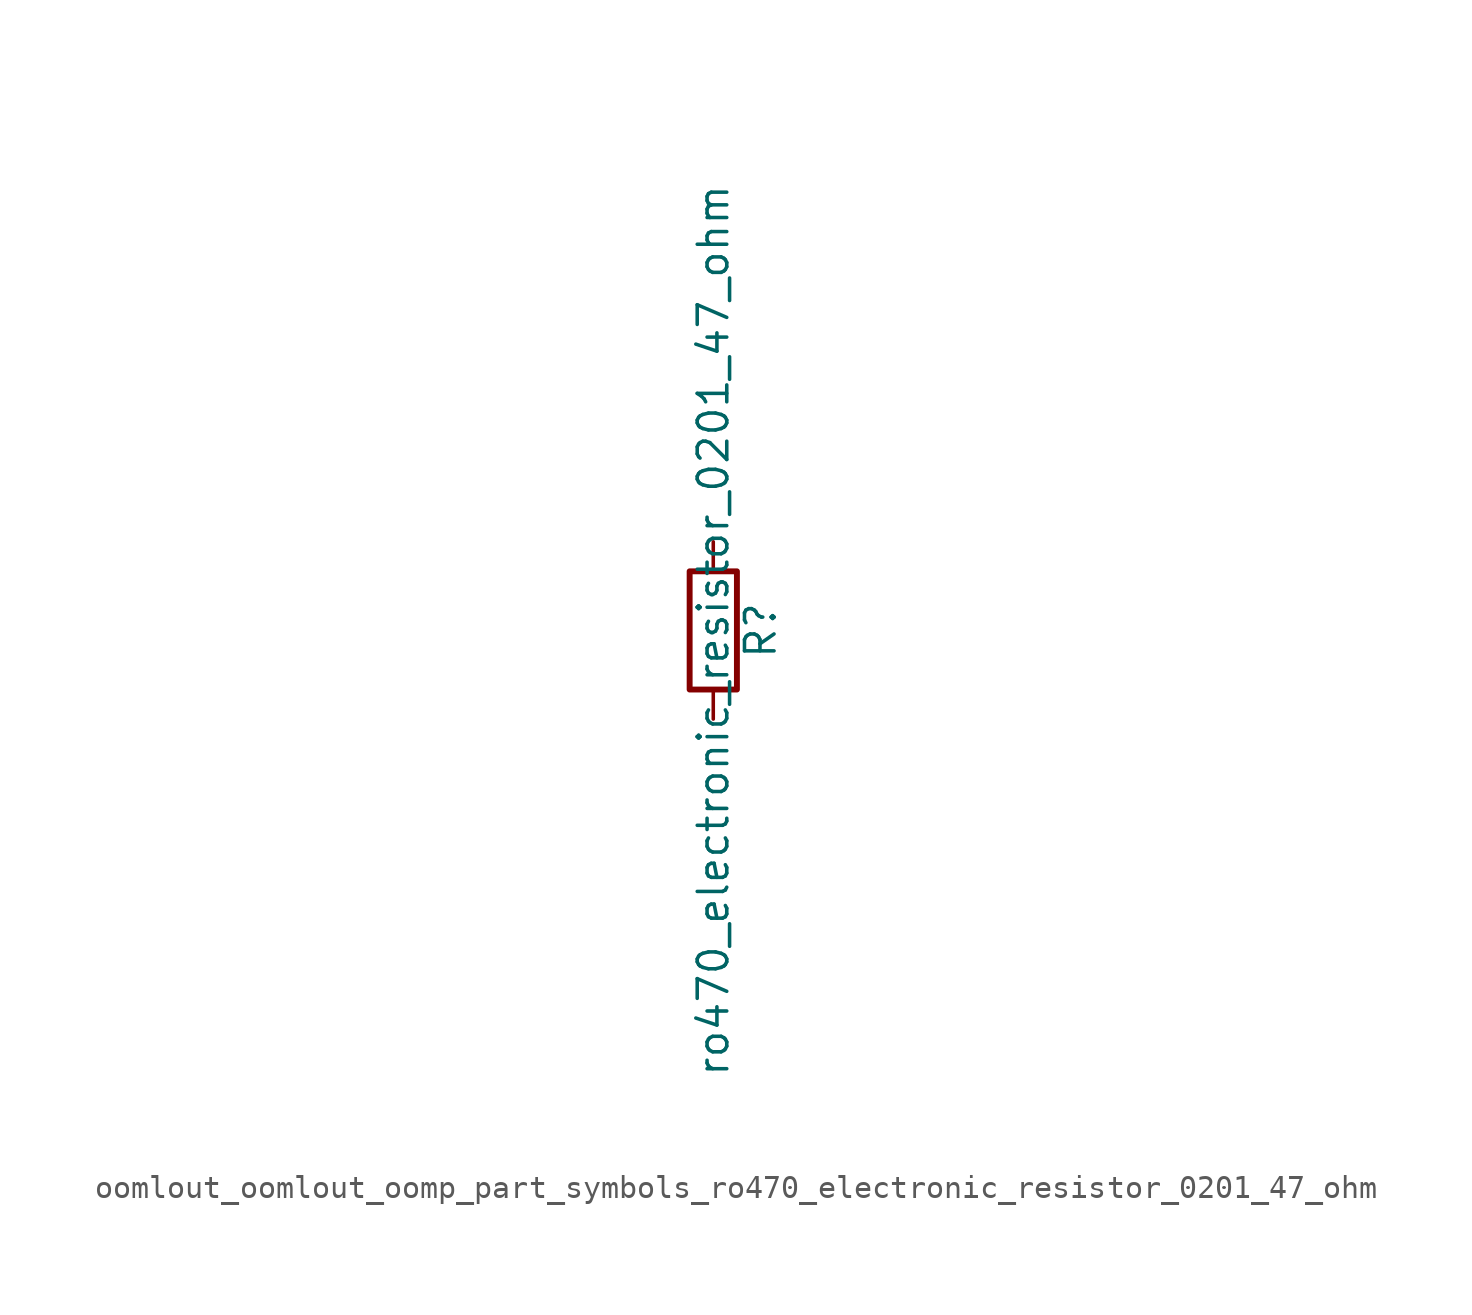
<source format=kicad_sym>
(kicad_symbol_lib
  (version 20220914)
  (generator kicad_symbol_editor)
  (symbol "oomlout_oomlout_oomp_part_symbols_ro470_electronic_resistor_0201_47_ohm"
    (pin_numbers hide)
    (pin_names
      (offset 0))
    (property "Reference" "R"
      (at 2.032 0 90)
      (effects (font (size 1.27 1.27))))
    (property "Value" "ro470_electronic_resistor_0201_47_ohm"
      (at 0 0 90)
      (effects (font (size 1.27 1.27))))
    (symbol "oomlout_oomlout_oomp_part_symbols_ro470_electronic_resistor_0201_47_ohm_0_1"
      (rectangle (start -1.016 -2.54) (end 1.016 2.54) (stroke (width 0.254) (type default)) (fill (type none))))
    (symbol "oomlout_oomlout_oomp_part_symbols_ro470_electronic_resistor_0201_47_ohm_1_1"
      (pin passive line (at 0 3.81 270) (length 1.27) (name "~" (effects (font (size 1.27 1.27)))) (number "1" (effects (font (size 1.27 1.27)))))
      (pin passive line (at 0 -3.81 90) (length 1.27) (name "~" (effects (font (size 1.27 1.27)))) (number "2" (effects (font (size 1.27 1.27))))))))
</source>
